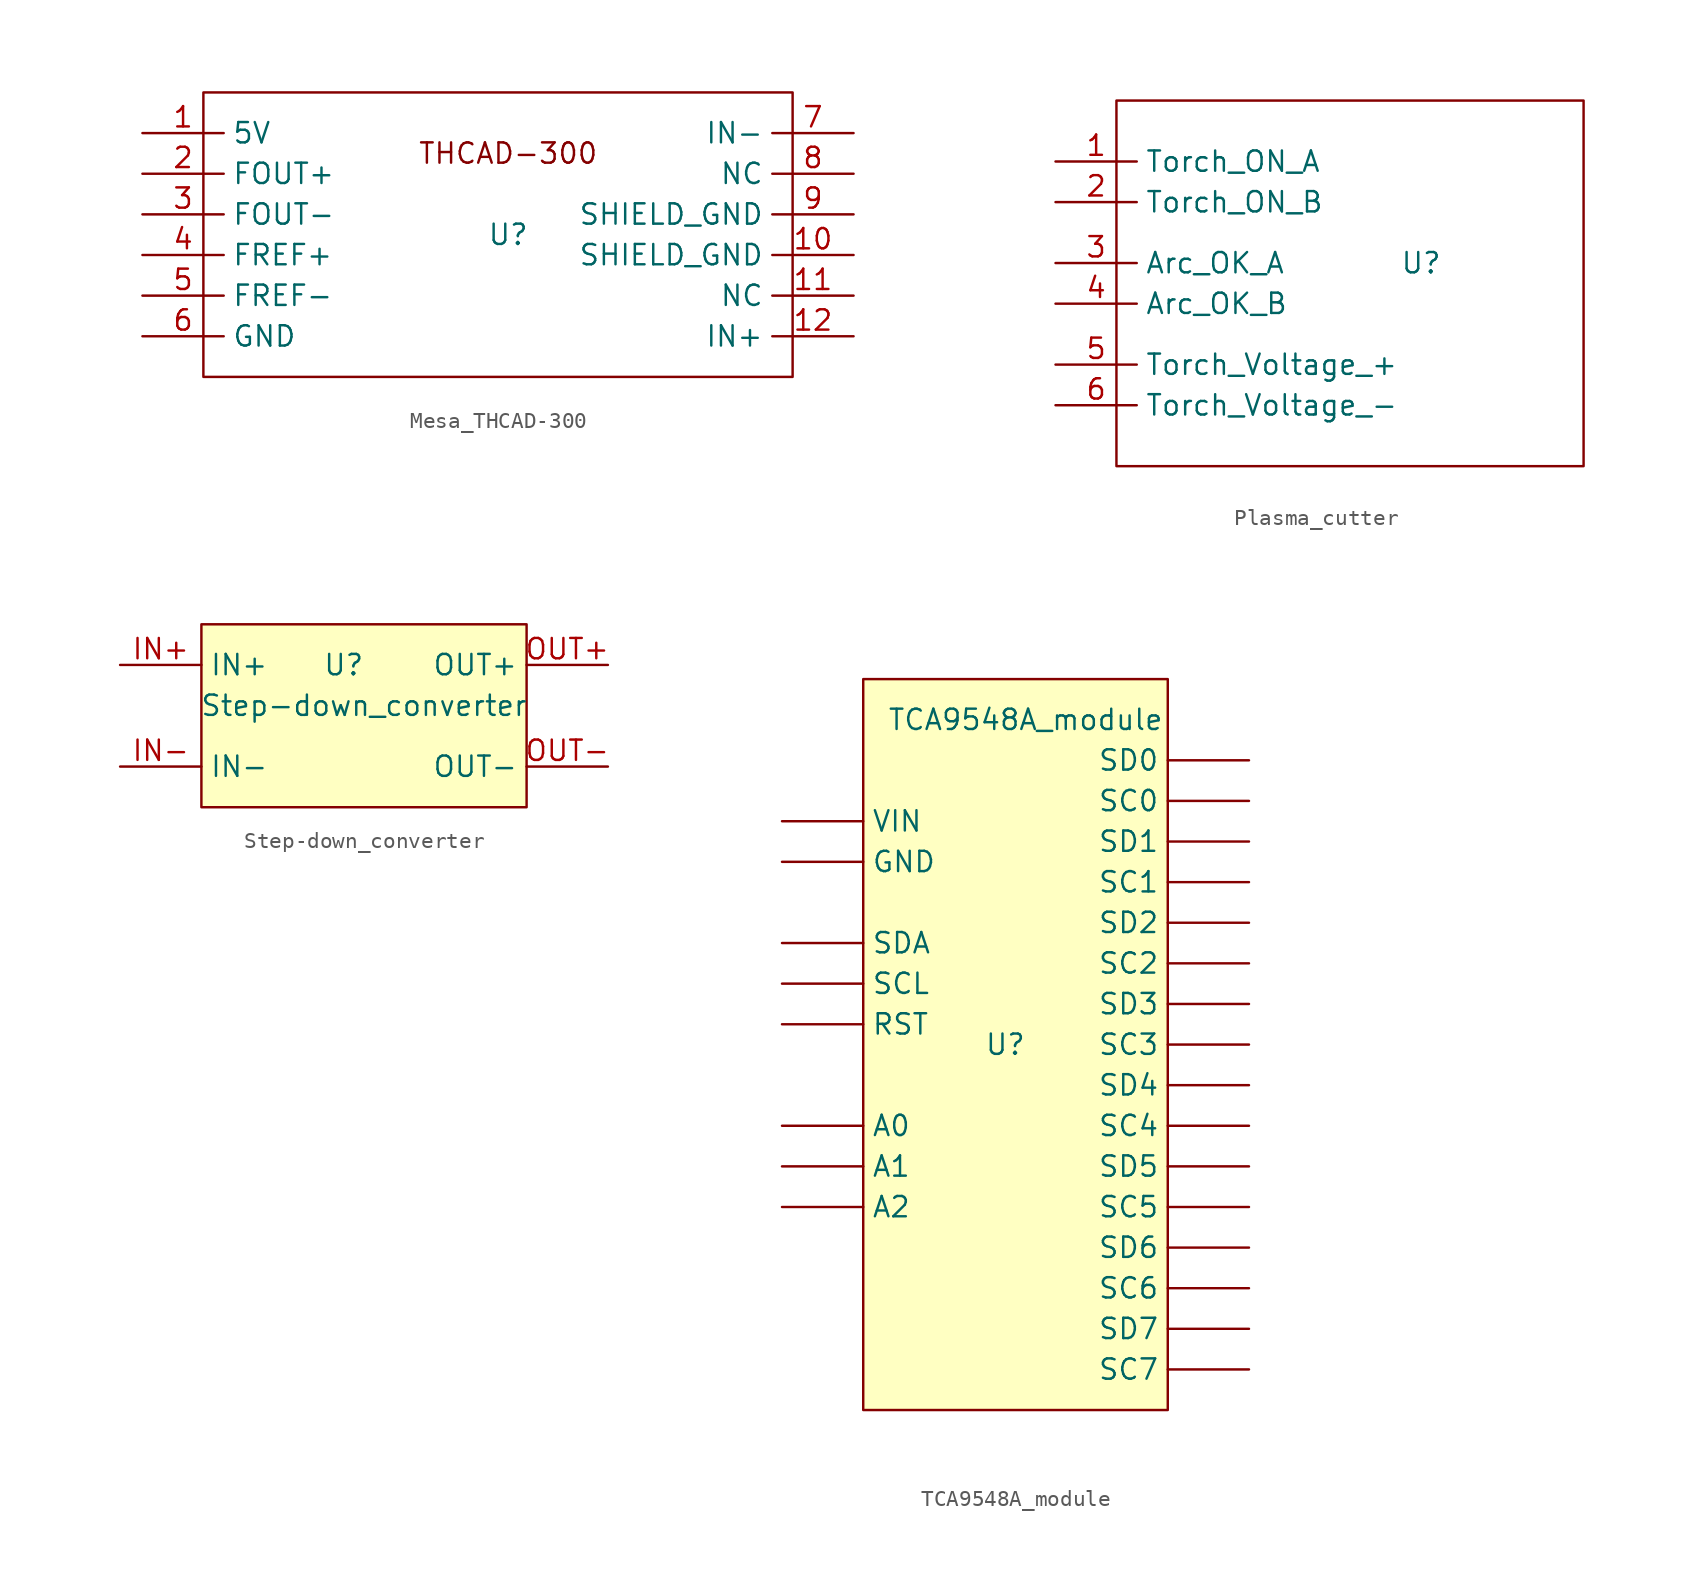
<source format=kicad_sym>
(kicad_symbol_lib
  (version 20231120)
  (generator "kicad_symbol_editor")
  (generator_version "8.0")
  (symbol "Mesa_THCAD-300"
    (property "Reference" "U"
      (at 0 0 0)
      (effects (font (size 1.27 1.27))))
    (property "Value" ""
      (at 0 0 0)
      (effects (font (size 1.27 1.27))))
    (symbol "Mesa_THCAD-300_0_1"
      (rectangle (start -19.05 8.89) (end 17.78 -8.89) (stroke (width 0) (type default)) (fill (type none))))
    (symbol "Mesa_THCAD-300_1_1"
      (text "THCAD-300" (at 0 5.08 0) (effects (font (size 1.27 1.27))))
      (pin power_in line (at -22.86 6.35 0) (length 5.08) (name "5V" (effects (font (size 1.27 1.27)))) (number "1" (effects (font (size 1.27 1.27)))))
      (pin input line (at 21.59 -1.27 180) (length 5.08) (name "SHIELD_GND" (effects (font (size 1.27 1.27)))) (number "10" (effects (font (size 1.27 1.27)))))
      (pin free line (at 21.59 -3.81 180) (length 5.08) (name "NC" (effects (font (size 1.27 1.27)))) (number "11" (effects (font (size 1.27 1.27)))))
      (pin input line (at 21.59 -6.35 180) (length 5.08) (name "IN+" (effects (font (size 1.27 1.27)))) (number "12" (effects (font (size 1.27 1.27)))))
      (pin output line (at -22.86 3.81 0) (length 5.08) (name "FOUT+" (effects (font (size 1.27 1.27)))) (number "2" (effects (font (size 1.27 1.27)))))
      (pin output line (at -22.86 1.27 0) (length 5.08) (name "FOUT-" (effects (font (size 1.27 1.27)))) (number "3" (effects (font (size 1.27 1.27)))))
      (pin output line (at -22.86 -1.27 0) (length 5.08) (name "FREF+" (effects (font (size 1.27 1.27)))) (number "4" (effects (font (size 1.27 1.27)))))
      (pin output line (at -22.86 -3.81 0) (length 5.08) (name "FREF-" (effects (font (size 1.27 1.27)))) (number "5" (effects (font (size 1.27 1.27)))))
      (pin power_in line (at -22.86 -6.35 0) (length 5.08) (name "GND" (effects (font (size 1.27 1.27)))) (number "6" (effects (font (size 1.27 1.27)))))
      (pin input line (at 21.59 6.35 180) (length 5.08) (name "IN-" (effects (font (size 1.27 1.27)))) (number "7" (effects (font (size 1.27 1.27)))))
      (pin free line (at 21.59 3.81 180) (length 5.08) (name "NC" (effects (font (size 1.27 1.27)))) (number "8" (effects (font (size 1.27 1.27)))))
      (pin input line (at 21.59 1.27 180) (length 5.08) (name "SHIELD_GND" (effects (font (size 1.27 1.27)))) (number "9" (effects (font (size 1.27 1.27)))))))
  (symbol "Plasma_cutter"
    (property "Reference" "U"
      (at 5.08 1.27 0)
      (effects (font (size 1.27 1.27))))
    (property "Value" ""
      (at -3.81 5.08 0)
      (effects (font (size 1.27 1.27))))
    (symbol "Plasma_cutter_0_1"
      (rectangle (start -13.97 11.43) (end 15.24 -11.43) (stroke (width 0) (type default)) (fill (type none))))
    (symbol "Plasma_cutter_1_1"
      (pin input line (at -17.78 7.62 0) (length 5.08) (name "Torch_ON_A" (effects (font (size 1.27 1.27)))) (number "1" (effects (font (size 1.27 1.27)))))
      (pin input line (at -17.78 5.08 0) (length 5.08) (name "Torch_ON_B" (effects (font (size 1.27 1.27)))) (number "2" (effects (font (size 1.27 1.27)))))
      (pin output line (at -17.78 1.27 0) (length 5.08) (name "Arc_OK_A" (effects (font (size 1.27 1.27)))) (number "3" (effects (font (size 1.27 1.27)))))
      (pin output line (at -17.78 -1.27 0) (length 5.08) (name "Arc_OK_B" (effects (font (size 1.27 1.27)))) (number "4" (effects (font (size 1.27 1.27)))))
      (pin output line (at -17.78 -5.08 0) (length 5.08) (name "Torch_Voltage_+" (effects (font (size 1.27 1.27)))) (number "5" (effects (font (size 1.27 1.27)))))
      (pin output line (at -17.78 -7.62 0) (length 5.08) (name "Torch_Voltage_-" (effects (font (size 1.27 1.27)))) (number "6" (effects (font (size 1.27 1.27)))))))
  (symbol "Step-down_converter"
    (property "Reference" "U"
      (at -1.27 2.54 0)
      (effects (font (size 1.27 1.27))))
    (property "Value" "Step-down_converter"
      (at 0 0 0)
      (effects (font (size 1.27 1.27))))
    (symbol "Step-down_converter_0_1"
      (rectangle (start -10.16 5.08) (end 10.16 -6.35) (stroke (width 0) (type default)) (fill (type background))))
    (symbol "Step-down_converter_1_1"
      (pin input line (at -15.24 2.54 0) (length 5.08) (name "IN+" (effects (font (size 1.27 1.27)))) (number "IN+" (effects (font (size 1.27 1.27)))))
      (pin input line (at -15.24 -3.81 0) (length 5.08) (name "IN-" (effects (font (size 1.27 1.27)))) (number "IN-" (effects (font (size 1.27 1.27)))))
      (pin output line (at 15.24 2.54 180) (length 5.08) (name "OUT+" (effects (font (size 1.27 1.27)))) (number "OUT+" (effects (font (size 1.27 1.27)))))
      (pin input line (at 15.24 -3.81 180) (length 5.08) (name "OUT-" (effects (font (size 1.27 1.27)))) (number "OUT-" (effects (font (size 1.27 1.27)))))))
  (symbol "TCA9548A_module"
    (property "Reference" "U"
      (at 0 0 0)
      (effects (font (size 1.27 1.27))))
    (property "Value" "TCA9548A_module"
      (at 1.27 20.32 0)
      (effects (font (size 1.27 1.27))))
    (symbol "TCA9548A_module_0_1"
      (rectangle (start -8.89 22.86) (end 10.16 -22.86) (stroke (width 0) (type default)) (fill (type background))))
    (symbol "TCA9548A_module_1_1"
      (pin input line (at -13.97 -5.08 0) (length 5.08) (name "A0" (effects (font (size 1.27 1.27)))) (number "" (effects (font (size 1.27 1.27)))))
      (pin input line (at -13.97 -7.62 0) (length 5.08) (name "A1" (effects (font (size 1.27 1.27)))) (number "" (effects (font (size 1.27 1.27)))))
      (pin input line (at -13.97 -10.16 0) (length 5.08) (name "A2" (effects (font (size 1.27 1.27)))) (number "" (effects (font (size 1.27 1.27)))))
      (pin power_in line (at -13.97 11.43 0) (length 5.08) (name "GND" (effects (font (size 1.27 1.27)))) (number "" (effects (font (size 1.27 1.27)))))
      (pin input line (at -13.97 1.27 0) (length 5.08) (name "RST" (effects (font (size 1.27 1.27)))) (number "" (effects (font (size 1.27 1.27)))))
      (pin output line (at 15.24 15.24 180) (length 5.08) (name "SC0" (effects (font (size 1.27 1.27)))) (number "" (effects (font (size 1.27 1.27)))))
      (pin output line (at 15.24 10.16 180) (length 5.08) (name "SC1" (effects (font (size 1.27 1.27)))) (number "" (effects (font (size 1.27 1.27)))))
      (pin output line (at 15.24 5.08 180) (length 5.08) (name "SC2" (effects (font (size 1.27 1.27)))) (number "" (effects (font (size 1.27 1.27)))))
      (pin output line (at 15.24 0 180) (length 5.08) (name "SC3" (effects (font (size 1.27 1.27)))) (number "" (effects (font (size 1.27 1.27)))))
      (pin output line (at 15.24 -5.08 180) (length 5.08) (name "SC4" (effects (font (size 1.27 1.27)))) (number "" (effects (font (size 1.27 1.27)))))
      (pin output line (at 15.24 -10.16 180) (length 5.08) (name "SC5" (effects (font (size 1.27 1.27)))) (number "" (effects (font (size 1.27 1.27)))))
      (pin output line (at 15.24 -15.24 180) (length 5.08) (name "SC6" (effects (font (size 1.27 1.27)))) (number "" (effects (font (size 1.27 1.27)))))
      (pin output line (at 15.24 -20.32 180) (length 5.08) (name "SC7" (effects (font (size 1.27 1.27)))) (number "" (effects (font (size 1.27 1.27)))))
      (pin input line (at -13.97 3.81 0) (length 5.08) (name "SCL" (effects (font (size 1.27 1.27)))) (number "" (effects (font (size 1.27 1.27)))))
      (pin bidirectional line (at 15.24 17.78 180) (length 5.08) (name "SD0" (effects (font (size 1.27 1.27)))) (number "" (effects (font (size 1.27 1.27)))))
      (pin bidirectional line (at 15.24 12.7 180) (length 5.08) (name "SD1" (effects (font (size 1.27 1.27)))) (number "" (effects (font (size 1.27 1.27)))))
      (pin bidirectional line (at 15.24 7.62 180) (length 5.08) (name "SD2" (effects (font (size 1.27 1.27)))) (number "" (effects (font (size 1.27 1.27)))))
      (pin bidirectional line (at 15.24 2.54 180) (length 5.08) (name "SD3" (effects (font (size 1.27 1.27)))) (number "" (effects (font (size 1.27 1.27)))))
      (pin bidirectional line (at 15.24 -2.54 180) (length 5.08) (name "SD4" (effects (font (size 1.27 1.27)))) (number "" (effects (font (size 1.27 1.27)))))
      (pin bidirectional line (at 15.24 -7.62 180) (length 5.08) (name "SD5" (effects (font (size 1.27 1.27)))) (number "" (effects (font (size 1.27 1.27)))))
      (pin bidirectional line (at 15.24 -12.7 180) (length 5.08) (name "SD6" (effects (font (size 1.27 1.27)))) (number "" (effects (font (size 1.27 1.27)))))
      (pin bidirectional line (at 15.24 -17.78 180) (length 5.08) (name "SD7" (effects (font (size 1.27 1.27)))) (number "" (effects (font (size 1.27 1.27)))))
      (pin bidirectional line (at -13.97 6.35 0) (length 5.08) (name "SDA" (effects (font (size 1.27 1.27)))) (number "" (effects (font (size 1.27 1.27)))))
      (pin power_in line (at -13.97 13.97 0) (length 5.08) (name "VIN" (effects (font (size 1.27 1.27)))) (number "" (effects (font (size 1.27 1.27))))))))
</source>
